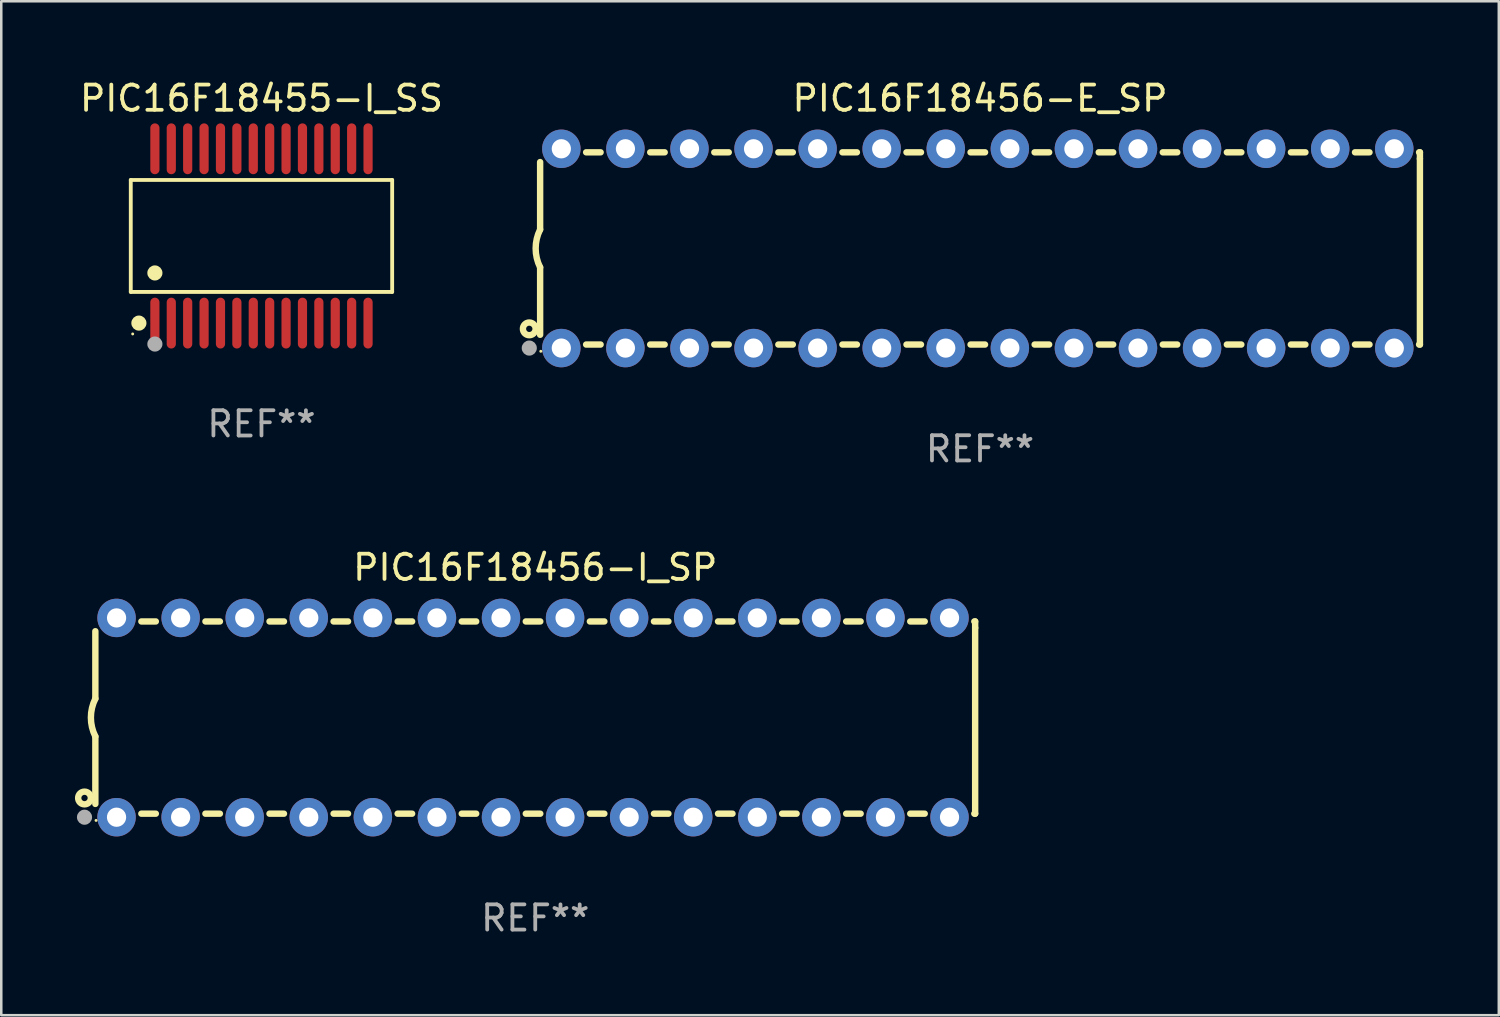
<source format=kicad_pcb>
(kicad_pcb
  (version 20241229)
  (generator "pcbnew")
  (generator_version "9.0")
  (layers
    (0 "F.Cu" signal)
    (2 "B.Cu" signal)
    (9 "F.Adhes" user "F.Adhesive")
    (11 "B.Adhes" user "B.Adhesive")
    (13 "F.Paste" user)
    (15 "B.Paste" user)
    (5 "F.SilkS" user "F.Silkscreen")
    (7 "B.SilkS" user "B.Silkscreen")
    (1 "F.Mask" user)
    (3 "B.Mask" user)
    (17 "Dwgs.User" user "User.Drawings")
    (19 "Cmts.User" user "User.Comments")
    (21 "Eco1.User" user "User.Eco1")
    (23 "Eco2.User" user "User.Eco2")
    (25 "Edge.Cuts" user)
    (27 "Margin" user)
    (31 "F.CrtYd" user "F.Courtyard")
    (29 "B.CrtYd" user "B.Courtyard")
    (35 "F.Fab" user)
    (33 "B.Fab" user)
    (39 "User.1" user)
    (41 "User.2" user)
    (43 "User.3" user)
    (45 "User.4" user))
  (footprint "PIC16F18456-E_SP"
    (layer "F.Cu")
    (at 35.799 6.798)
    (property "Reference" "PIC16F18456-E_SP" (at 0 -5.95 0) (layer "F.SilkS") (effects (font (size 1 1) (thickness 0.15))))
    (attr through_hole)
    (fp_line (start -17.438 0.75) (end -17.438 3.423) (stroke (width 0.254) (type solid)) (layer "F.SilkS"))
    (fp_line (start -17.438 -3.423) (end -17.438 -0.75) (stroke (width 0.254) (type solid)) (layer "F.SilkS"))
    (fp_line (start -15.615 3.81) (end -15.041 3.81) (stroke (width 0.254) (type solid)) (layer "F.SilkS"))
    (fp_line (start -15.041 -3.81) (end -15.614 -3.81) (stroke (width 0.254) (type solid)) (layer "F.SilkS"))
    (fp_line (start -13.075 3.81) (end -12.501 3.81) (stroke (width 0.254) (type solid)) (layer "F.SilkS"))
    (fp_line (start -12.501 -3.81) (end -13.074 -3.81) (stroke (width 0.254) (type solid)) (layer "F.SilkS"))
    (fp_line (start -10.535 3.81) (end -9.961 3.81) (stroke (width 0.254) (type solid)) (layer "F.SilkS"))
    (fp_line (start -9.961 -3.81) (end -10.534 -3.81) (stroke (width 0.254) (type solid)) (layer "F.SilkS"))
    (fp_line (start -7.995 3.81) (end -7.421 3.81) (stroke (width 0.254) (type solid)) (layer "F.SilkS"))
    (fp_line (start -7.421 -3.81) (end -7.995 -3.81) (stroke (width 0.254) (type solid)) (layer "F.SilkS"))
    (fp_line (start -5.455 3.81) (end -4.881 3.81) (stroke (width 0.254) (type solid)) (layer "F.SilkS"))
    (fp_line (start -4.881 -3.81) (end -5.455 -3.81) (stroke (width 0.254) (type solid)) (layer "F.SilkS"))
    (fp_line (start -2.915 3.81) (end -2.341 3.81) (stroke (width 0.254) (type solid)) (layer "F.SilkS"))
    (fp_line (start -2.341 -3.81) (end -2.915 -3.81) (stroke (width 0.254) (type solid)) (layer "F.SilkS"))
    (fp_line (start -0.375 3.81) (end 0.199 3.81) (stroke (width 0.254) (type solid)) (layer "F.SilkS"))
    (fp_line (start 0.199 -3.81) (end -0.375 -3.81) (stroke (width 0.254) (type solid)) (layer "F.SilkS"))
    (fp_line (start 2.165 3.81) (end 2.739 3.81) (stroke (width 0.254) (type solid)) (layer "F.SilkS"))
    (fp_line (start 2.739 -3.81) (end 2.165 -3.81) (stroke (width 0.254) (type solid)) (layer "F.SilkS"))
    (fp_line (start 4.705 3.81) (end 5.279 3.81) (stroke (width 0.254) (type solid)) (layer "F.SilkS"))
    (fp_line (start 5.279 -3.81) (end 4.705 -3.81) (stroke (width 0.254) (type solid)) (layer "F.SilkS"))
    (fp_line (start 7.245 3.81) (end 7.819 3.81) (stroke (width 0.254) (type solid)) (layer "F.SilkS"))
    (fp_line (start 7.819 -3.81) (end 7.245 -3.81) (stroke (width 0.254) (type solid)) (layer "F.SilkS"))
    (fp_line (start 9.785 3.81) (end 10.359 3.81) (stroke (width 0.254) (type solid)) (layer "F.SilkS"))
    (fp_line (start 10.359 -3.81) (end 9.785 -3.81) (stroke (width 0.254) (type solid)) (layer "F.SilkS"))
    (fp_line (start 12.325 3.81) (end 12.899 3.81) (stroke (width 0.254) (type solid)) (layer "F.SilkS"))
    (fp_line (start 12.899 -3.81) (end 12.325 -3.81) (stroke (width 0.254) (type solid)) (layer "F.SilkS"))
    (fp_line (start 14.865 3.81) (end 15.439 3.81) (stroke (width 0.254) (type solid)) (layer "F.SilkS"))
    (fp_line (start 15.439 -3.81) (end 14.865 -3.81) (stroke (width 0.254) (type solid)) (layer "F.SilkS"))
    (fp_line (start 17.405 3.81) (end 17.438 3.81) (stroke (width 0.254) (type solid)) (layer "F.SilkS"))
    (fp_line (start 17.438 -3.81) (end 17.405 -3.81) (stroke (width 0.254) (type solid)) (layer "F.SilkS"))
    (fp_line (start 17.438 -3.556) (end 17.438 -3.81) (stroke (width 0.254) (type solid)) (layer "F.SilkS"))
    (fp_line (start 17.438 3.81) (end 17.438 -3.556) (stroke (width 0.254) (type solid)) (layer "F.SilkS"))
    (fp_arc (start -17.437986 0.749657) (mid -17.614887 -0.000024) (end -17.437783 -0.749657) (stroke (width 0.254001) (type solid)) (layer "F.SilkS"))
    (fp_circle (center -17.868 3.188) (end -17.743 3.188) (stroke (width 0.254) (type solid)) (fill no) (layer "F.SilkS"))
    (fp_circle (center -17.411 4.077) (end -17.381 4.077) (stroke (width 0.06) (type solid)) (fill no) (layer "F.SilkS"))
    (fp_circle (center -17.868 3.95) (end -17.718 3.95) (stroke (width 0.3) (type solid)) (fill no) (layer "F.Fab"))
    (fp_text user "REF**" (at 0 7.95 0) (layer "F.Fab") (effects (font (size 1 1) (thickness 0.15))))
    (pad "1" thru_hole circle (at -16.598 3.95) (size 1.524 1.524) (drill 0.762) (layers "*.Cu" "*.Mask"))
    (pad "2" thru_hole circle (at -14.058 3.95) (size 1.524 1.524) (drill 0.762) (layers "*.Cu" "*.Mask"))
    (pad "3" thru_hole circle (at -11.518 3.95) (size 1.524 1.524) (drill 0.762) (layers "*.Cu" "*.Mask"))
    (pad "4" thru_hole circle (at -8.978 3.95) (size 1.524 1.524) (drill 0.762) (layers "*.Cu" "*.Mask"))
    (pad "5" thru_hole circle (at -6.438 3.95) (size 1.524 1.524) (drill 0.762) (layers "*.Cu" "*.Mask"))
    (pad "6" thru_hole circle (at -3.898 3.95) (size 1.524 1.524) (drill 0.762) (layers "*.Cu" "*.Mask"))
    (pad "7" thru_hole circle (at -1.358 3.95) (size 1.524 1.524) (drill 0.762) (layers "*.Cu" "*.Mask"))
    (pad "8" thru_hole circle (at 1.182 3.95) (size 1.524 1.524) (drill 0.762) (layers "*.Cu" "*.Mask"))
    (pad "9" thru_hole circle (at 3.722 3.95) (size 1.524 1.524) (drill 0.762) (layers "*.Cu" "*.Mask"))
    (pad "10" thru_hole circle (at 6.262 3.95) (size 1.524 1.524) (drill 0.762) (layers "*.Cu" "*.Mask"))
    (pad "11" thru_hole circle (at 8.802 3.95) (size 1.524 1.524) (drill 0.762) (layers "*.Cu" "*.Mask"))
    (pad "12" thru_hole circle (at 11.342 3.95) (size 1.524 1.524) (drill 0.762) (layers "*.Cu" "*.Mask"))
    (pad "13" thru_hole circle (at 13.882 3.95) (size 1.524 1.524) (drill 0.762) (layers "*.Cu" "*.Mask"))
    (pad "14" thru_hole circle (at 16.422 3.95) (size 1.524 1.524) (drill 0.762) (layers "*.Cu" "*.Mask"))
    (pad "15" thru_hole circle (at 16.422 -3.95) (size 1.524 1.524) (drill 0.762) (layers "*.Cu" "*.Mask"))
    (pad "16" thru_hole circle (at 13.882 -3.95) (size 1.524 1.524) (drill 0.762) (layers "*.Cu" "*.Mask"))
    (pad "17" thru_hole circle (at 11.342 -3.95) (size 1.524 1.524) (drill 0.762) (layers "*.Cu" "*.Mask"))
    (pad "18" thru_hole circle (at 8.802 -3.95) (size 1.524 1.524) (drill 0.762) (layers "*.Cu" "*.Mask"))
    (pad "19" thru_hole circle (at 6.262 -3.95) (size 1.524 1.524) (drill 0.762) (layers "*.Cu" "*.Mask"))
    (pad "20" thru_hole circle (at 3.722 -3.95) (size 1.524 1.524) (drill 0.762) (layers "*.Cu" "*.Mask"))
    (pad "21" thru_hole circle (at 1.182 -3.95) (size 1.524 1.524) (drill 0.762) (layers "*.Cu" "*.Mask"))
    (pad "22" thru_hole circle (at -1.358 -3.95) (size 1.524 1.524) (drill 0.762) (layers "*.Cu" "*.Mask"))
    (pad "23" thru_hole circle (at -3.898 -3.95) (size 1.524 1.524) (drill 0.762) (layers "*.Cu" "*.Mask"))
    (pad "24" thru_hole circle (at -6.438 -3.95) (size 1.524 1.524) (drill 0.762) (layers "*.Cu" "*.Mask"))
    (pad "25" thru_hole circle (at -8.978 -3.95) (size 1.524 1.524) (drill 0.762) (layers "*.Cu" "*.Mask"))
    (pad "26" thru_hole circle (at -11.517 -3.95) (size 1.524 1.524) (drill 0.762) (layers "*.Cu" "*.Mask"))
    (pad "27" thru_hole circle (at -14.057 -3.95) (size 1.524 1.524) (drill 0.762) (layers "*.Cu" "*.Mask"))
    (pad "28" thru_hole circle (at -16.597 -3.95) (size 1.524 1.524) (drill 0.762) (layers "*.Cu" "*.Mask")))
  (footprint "PIC16F18455-I_SS"
    (layer "F.Cu")
    (at 7.315 6.303)
    (property "Reference" "PIC16F18455-I_SS" (at 0 -5.455 0) (layer "F.SilkS") (effects (font (size 1 1) (thickness 0.15))))
    (attr through_hole)
    (fp_line (start -5.181 -2.219) (end 5.181 -2.219) (stroke (width 0.152) (type solid)) (layer "F.SilkS"))
    (fp_line (start -5.181 2.219) (end -5.181 -2.219) (stroke (width 0.152) (type solid)) (layer "F.SilkS"))
    (fp_line (start 5.181 -2.219) (end 5.181 2.219) (stroke (width 0.152) (type solid)) (layer "F.SilkS"))
    (fp_line (start 5.181 2.219) (end -5.181 2.219) (stroke (width 0.152) (type solid)) (layer "F.SilkS"))
    (fp_circle (center -5.105 3.885) (end -5.075 3.885) (stroke (width 0.06) (type solid)) (fill no) (layer "F.SilkS"))
    (fp_circle (center -4.859 3.455) (end -4.709 3.455) (stroke (width 0.3) (type solid)) (fill no) (layer "F.SilkS"))
    (fp_circle (center -4.225 1.467) (end -4.075 1.467) (stroke (width 0.3) (type solid)) (fill no) (layer "F.SilkS"))
    (fp_circle (center -4.225 4.285) (end -4.075 4.285) (stroke (width 0.3) (type solid)) (fill no) (layer "F.Fab"))
    (fp_text user "REF**" (at 0 7.455 0) (layer "F.Fab") (effects (font (size 1 1) (thickness 0.15))))
    (pad "1" smd oval (at -4.225 3.455) (size 0.364 2.015) (layers "F.Cu" "F.Mask" "F.Paste"))
    (pad "2" smd oval (at -3.575 3.455) (size 0.364 2.015) (layers "F.Cu" "F.Mask" "F.Paste"))
    (pad "3" smd oval (at -2.925 3.455) (size 0.364 2.015) (layers "F.Cu" "F.Mask" "F.Paste"))
    (pad "4" smd oval (at -2.275 3.455) (size 0.364 2.015) (layers "F.Cu" "F.Mask" "F.Paste"))
    (pad "5" smd oval (at -1.625 3.455) (size 0.364 2.015) (layers "F.Cu" "F.Mask" "F.Paste"))
    (pad "6" smd oval (at -0.975 3.455) (size 0.364 2.015) (layers "F.Cu" "F.Mask" "F.Paste"))
    (pad "7" smd oval (at -0.325 3.455) (size 0.364 2.015) (layers "F.Cu" "F.Mask" "F.Paste"))
    (pad "8" smd oval (at 0.325 3.455) (size 0.364 2.015) (layers "F.Cu" "F.Mask" "F.Paste"))
    (pad "9" smd oval (at 0.975 3.455) (size 0.364 2.015) (layers "F.Cu" "F.Mask" "F.Paste"))
    (pad "10" smd oval (at 1.625 3.455) (size 0.364 2.015) (layers "F.Cu" "F.Mask" "F.Paste"))
    (pad "11" smd oval (at 2.275 3.455) (size 0.364 2.015) (layers "F.Cu" "F.Mask" "F.Paste"))
    (pad "12" smd oval (at 2.925 3.455) (size 0.364 2.015) (layers "F.Cu" "F.Mask" "F.Paste"))
    (pad "13" smd oval (at 3.575 3.455) (size 0.364 2.015) (layers "F.Cu" "F.Mask" "F.Paste"))
    (pad "14" smd oval (at 4.225 3.455) (size 0.364 2.015) (layers "F.Cu" "F.Mask" "F.Paste"))
    (pad "15" smd oval (at 4.225 -3.455) (size 0.364 2.015) (layers "F.Cu" "F.Mask" "F.Paste"))
    (pad "16" smd oval (at 3.575 -3.455) (size 0.364 2.015) (layers "F.Cu" "F.Mask" "F.Paste"))
    (pad "17" smd oval (at 2.925 -3.455) (size 0.364 2.015) (layers "F.Cu" "F.Mask" "F.Paste"))
    (pad "18" smd oval (at 2.275 -3.455) (size 0.364 2.015) (layers "F.Cu" "F.Mask" "F.Paste"))
    (pad "19" smd oval (at 1.625 -3.455) (size 0.364 2.015) (layers "F.Cu" "F.Mask" "F.Paste"))
    (pad "20" smd oval (at 0.975 -3.455) (size 0.364 2.015) (layers "F.Cu" "F.Mask" "F.Paste"))
    (pad "21" smd oval (at 0.325 -3.455) (size 0.364 2.015) (layers "F.Cu" "F.Mask" "F.Paste"))
    (pad "22" smd oval (at -0.325 -3.455) (size 0.364 2.015) (layers "F.Cu" "F.Mask" "F.Paste"))
    (pad "23" smd oval (at -0.975 -3.455) (size 0.364 2.015) (layers "F.Cu" "F.Mask" "F.Paste"))
    (pad "24" smd oval (at -1.625 -3.455) (size 0.364 2.015) (layers "F.Cu" "F.Mask" "F.Paste"))
    (pad "25" smd oval (at -2.275 -3.455) (size 0.364 2.015) (layers "F.Cu" "F.Mask" "F.Paste"))
    (pad "26" smd oval (at -2.925 -3.455) (size 0.364 2.015) (layers "F.Cu" "F.Mask" "F.Paste"))
    (pad "27" smd oval (at -3.575 -3.455) (size 0.364 2.015) (layers "F.Cu" "F.Mask" "F.Paste"))
    (pad "28" smd oval (at -4.225 -3.455) (size 0.364 2.015) (layers "F.Cu" "F.Mask" "F.Paste")))
  (footprint "PIC16F18456-I_SP"
    (layer "F.Cu")
    (at 18.168 25.395)
    (property "Reference" "PIC16F18456-I_SP" (at 0 -5.95 0) (layer "F.SilkS") (effects (font (size 1 1) (thickness 0.15))))
    (attr through_hole)
    (fp_line (start -17.438 0.75) (end -17.438 3.423) (stroke (width 0.254) (type solid)) (layer "F.SilkS"))
    (fp_line (start -17.438 -3.423) (end -17.438 -0.75) (stroke (width 0.254) (type solid)) (layer "F.SilkS"))
    (fp_line (start -15.615 3.81) (end -15.041 3.81) (stroke (width 0.254) (type solid)) (layer "F.SilkS"))
    (fp_line (start -15.041 -3.81) (end -15.614 -3.81) (stroke (width 0.254) (type solid)) (layer "F.SilkS"))
    (fp_line (start -13.075 3.81) (end -12.501 3.81) (stroke (width 0.254) (type solid)) (layer "F.SilkS"))
    (fp_line (start -12.501 -3.81) (end -13.074 -3.81) (stroke (width 0.254) (type solid)) (layer "F.SilkS"))
    (fp_line (start -10.535 3.81) (end -9.961 3.81) (stroke (width 0.254) (type solid)) (layer "F.SilkS"))
    (fp_line (start -9.961 -3.81) (end -10.534 -3.81) (stroke (width 0.254) (type solid)) (layer "F.SilkS"))
    (fp_line (start -7.995 3.81) (end -7.421 3.81) (stroke (width 0.254) (type solid)) (layer "F.SilkS"))
    (fp_line (start -7.421 -3.81) (end -7.995 -3.81) (stroke (width 0.254) (type solid)) (layer "F.SilkS"))
    (fp_line (start -5.455 3.81) (end -4.881 3.81) (stroke (width 0.254) (type solid)) (layer "F.SilkS"))
    (fp_line (start -4.881 -3.81) (end -5.455 -3.81) (stroke (width 0.254) (type solid)) (layer "F.SilkS"))
    (fp_line (start -2.915 3.81) (end -2.341 3.81) (stroke (width 0.254) (type solid)) (layer "F.SilkS"))
    (fp_line (start -2.341 -3.81) (end -2.915 -3.81) (stroke (width 0.254) (type solid)) (layer "F.SilkS"))
    (fp_line (start -0.375 3.81) (end 0.199 3.81) (stroke (width 0.254) (type solid)) (layer "F.SilkS"))
    (fp_line (start 0.199 -3.81) (end -0.375 -3.81) (stroke (width 0.254) (type solid)) (layer "F.SilkS"))
    (fp_line (start 2.165 3.81) (end 2.739 3.81) (stroke (width 0.254) (type solid)) (layer "F.SilkS"))
    (fp_line (start 2.739 -3.81) (end 2.165 -3.81) (stroke (width 0.254) (type solid)) (layer "F.SilkS"))
    (fp_line (start 4.705 3.81) (end 5.279 3.81) (stroke (width 0.254) (type solid)) (layer "F.SilkS"))
    (fp_line (start 5.279 -3.81) (end 4.705 -3.81) (stroke (width 0.254) (type solid)) (layer "F.SilkS"))
    (fp_line (start 7.245 3.81) (end 7.819 3.81) (stroke (width 0.254) (type solid)) (layer "F.SilkS"))
    (fp_line (start 7.819 -3.81) (end 7.245 -3.81) (stroke (width 0.254) (type solid)) (layer "F.SilkS"))
    (fp_line (start 9.785 3.81) (end 10.359 3.81) (stroke (width 0.254) (type solid)) (layer "F.SilkS"))
    (fp_line (start 10.359 -3.81) (end 9.785 -3.81) (stroke (width 0.254) (type solid)) (layer "F.SilkS"))
    (fp_line (start 12.325 3.81) (end 12.899 3.81) (stroke (width 0.254) (type solid)) (layer "F.SilkS"))
    (fp_line (start 12.899 -3.81) (end 12.325 -3.81) (stroke (width 0.254) (type solid)) (layer "F.SilkS"))
    (fp_line (start 14.865 3.81) (end 15.439 3.81) (stroke (width 0.254) (type solid)) (layer "F.SilkS"))
    (fp_line (start 15.439 -3.81) (end 14.865 -3.81) (stroke (width 0.254) (type solid)) (layer "F.SilkS"))
    (fp_line (start 17.405 3.81) (end 17.438 3.81) (stroke (width 0.254) (type solid)) (layer "F.SilkS"))
    (fp_line (start 17.438 -3.81) (end 17.405 -3.81) (stroke (width 0.254) (type solid)) (layer "F.SilkS"))
    (fp_line (start 17.438 -3.556) (end 17.438 -3.81) (stroke (width 0.254) (type solid)) (layer "F.SilkS"))
    (fp_line (start 17.438 3.81) (end 17.438 -3.556) (stroke (width 0.254) (type solid)) (layer "F.SilkS"))
    (fp_arc (start -17.437986 0.749657) (mid -17.614887 -0.000024) (end -17.437783 -0.749657) (stroke (width 0.254001) (type solid)) (layer "F.SilkS"))
    (fp_circle (center -17.868 3.188) (end -17.743 3.188) (stroke (width 0.254) (type solid)) (fill no) (layer "F.SilkS"))
    (fp_circle (center -17.411 4.077) (end -17.381 4.077) (stroke (width 0.06) (type solid)) (fill no) (layer "F.SilkS"))
    (fp_circle (center -17.868 3.95) (end -17.718 3.95) (stroke (width 0.3) (type solid)) (fill no) (layer "F.Fab"))
    (fp_text user "REF**" (at 0 7.95 0) (layer "F.Fab") (effects (font (size 1 1) (thickness 0.15))))
    (pad "1" thru_hole circle (at -16.598 3.95) (size 1.524 1.524) (drill 0.762) (layers "*.Cu" "*.Mask"))
    (pad "2" thru_hole circle (at -14.058 3.95) (size 1.524 1.524) (drill 0.762) (layers "*.Cu" "*.Mask"))
    (pad "3" thru_hole circle (at -11.518 3.95) (size 1.524 1.524) (drill 0.762) (layers "*.Cu" "*.Mask"))
    (pad "4" thru_hole circle (at -8.978 3.95) (size 1.524 1.524) (drill 0.762) (layers "*.Cu" "*.Mask"))
    (pad "5" thru_hole circle (at -6.438 3.95) (size 1.524 1.524) (drill 0.762) (layers "*.Cu" "*.Mask"))
    (pad "6" thru_hole circle (at -3.898 3.95) (size 1.524 1.524) (drill 0.762) (layers "*.Cu" "*.Mask"))
    (pad "7" thru_hole circle (at -1.358 3.95) (size 1.524 1.524) (drill 0.762) (layers "*.Cu" "*.Mask"))
    (pad "8" thru_hole circle (at 1.182 3.95) (size 1.524 1.524) (drill 0.762) (layers "*.Cu" "*.Mask"))
    (pad "9" thru_hole circle (at 3.722 3.95) (size 1.524 1.524) (drill 0.762) (layers "*.Cu" "*.Mask"))
    (pad "10" thru_hole circle (at 6.262 3.95) (size 1.524 1.524) (drill 0.762) (layers "*.Cu" "*.Mask"))
    (pad "11" thru_hole circle (at 8.802 3.95) (size 1.524 1.524) (drill 0.762) (layers "*.Cu" "*.Mask"))
    (pad "12" thru_hole circle (at 11.342 3.95) (size 1.524 1.524) (drill 0.762) (layers "*.Cu" "*.Mask"))
    (pad "13" thru_hole circle (at 13.882 3.95) (size 1.524 1.524) (drill 0.762) (layers "*.Cu" "*.Mask"))
    (pad "14" thru_hole circle (at 16.422 3.95) (size 1.524 1.524) (drill 0.762) (layers "*.Cu" "*.Mask"))
    (pad "15" thru_hole circle (at 16.422 -3.95) (size 1.524 1.524) (drill 0.762) (layers "*.Cu" "*.Mask"))
    (pad "16" thru_hole circle (at 13.882 -3.95) (size 1.524 1.524) (drill 0.762) (layers "*.Cu" "*.Mask"))
    (pad "17" thru_hole circle (at 11.342 -3.95) (size 1.524 1.524) (drill 0.762) (layers "*.Cu" "*.Mask"))
    (pad "18" thru_hole circle (at 8.802 -3.95) (size 1.524 1.524) (drill 0.762) (layers "*.Cu" "*.Mask"))
    (pad "19" thru_hole circle (at 6.262 -3.95) (size 1.524 1.524) (drill 0.762) (layers "*.Cu" "*.Mask"))
    (pad "20" thru_hole circle (at 3.722 -3.95) (size 1.524 1.524) (drill 0.762) (layers "*.Cu" "*.Mask"))
    (pad "21" thru_hole circle (at 1.182 -3.95) (size 1.524 1.524) (drill 0.762) (layers "*.Cu" "*.Mask"))
    (pad "22" thru_hole circle (at -1.358 -3.95) (size 1.524 1.524) (drill 0.762) (layers "*.Cu" "*.Mask"))
    (pad "23" thru_hole circle (at -3.898 -3.95) (size 1.524 1.524) (drill 0.762) (layers "*.Cu" "*.Mask"))
    (pad "24" thru_hole circle (at -6.438 -3.95) (size 1.524 1.524) (drill 0.762) (layers "*.Cu" "*.Mask"))
    (pad "25" thru_hole circle (at -8.978 -3.95) (size 1.524 1.524) (drill 0.762) (layers "*.Cu" "*.Mask"))
    (pad "26" thru_hole circle (at -11.517 -3.95) (size 1.524 1.524) (drill 0.762) (layers "*.Cu" "*.Mask"))
    (pad "27" thru_hole circle (at -14.057 -3.95) (size 1.524 1.524) (drill 0.762) (layers "*.Cu" "*.Mask"))
    (pad "28" thru_hole circle (at -16.597 -3.95) (size 1.524 1.524) (drill 0.762) (layers "*.Cu" "*.Mask")))
  (gr_rect
    (start -3 -3)
    (end 56.364 37.193)
    (stroke (width 0.1) (type default))
    (fill no)
    (layer "Edge.Cuts")))
</source>
